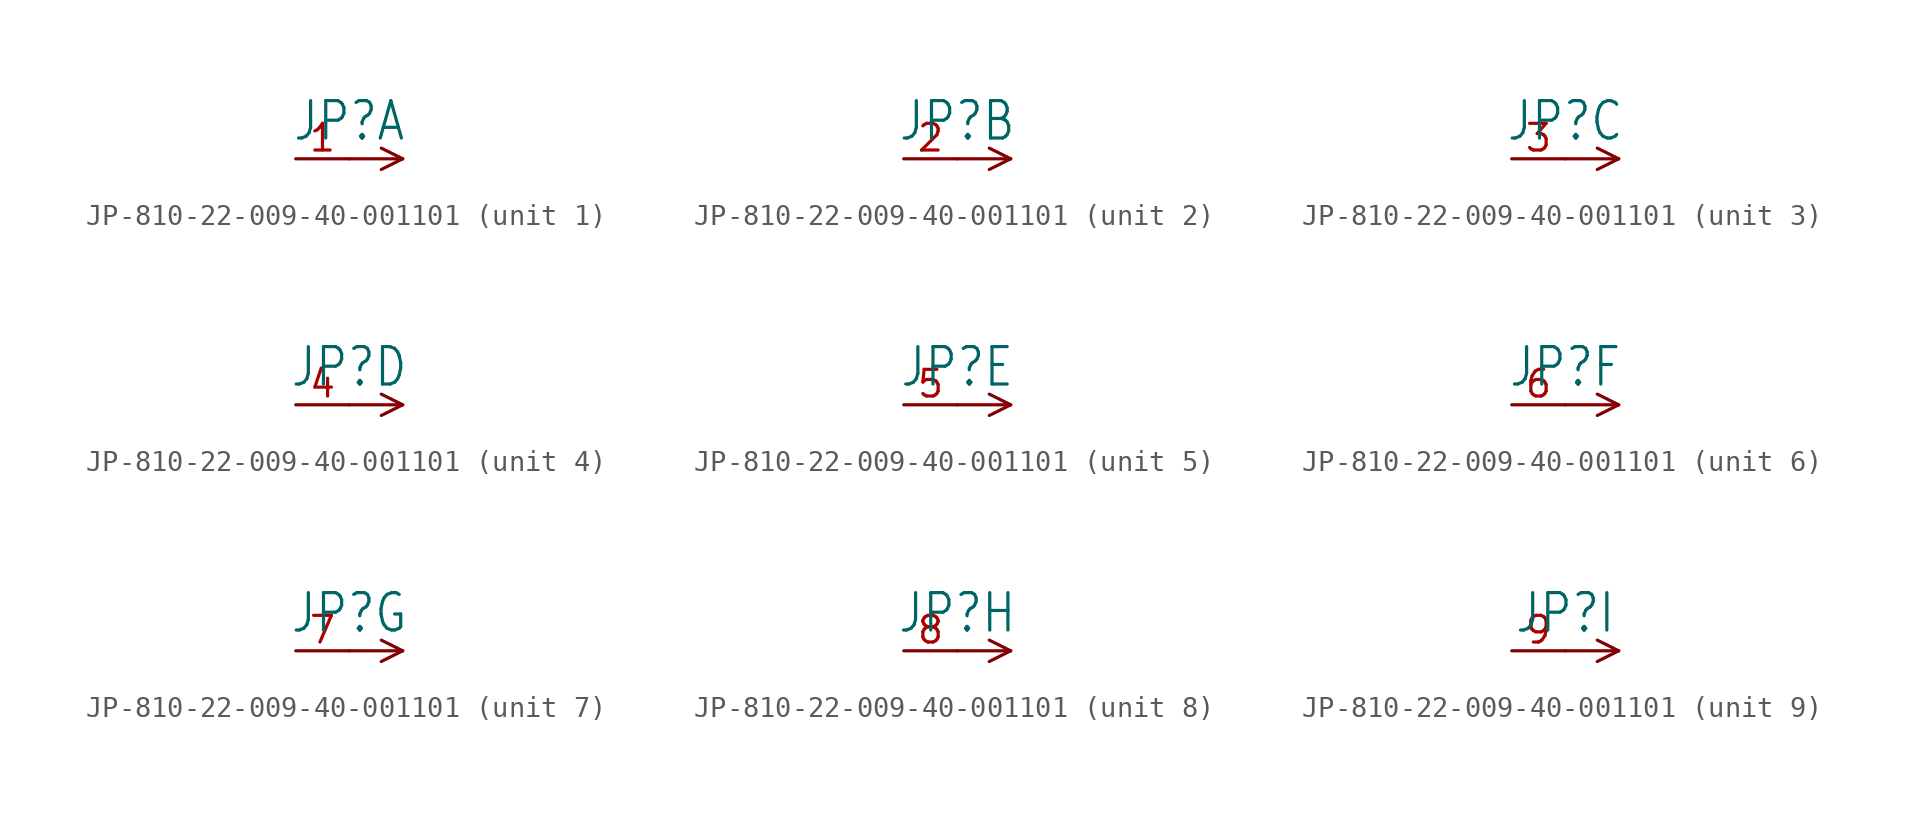
<source format=kicad_sym>
(kicad_symbol_lib
  (version 20231120)
  (generator "kicad_symbol_editor")
  (generator_version "8.0")
  (symbol "JP-810-22-009-40-001101"
    (property "Reference" "JP"
      (at 0 0.762 0)
      (effects (font (size 1.778 1.511)) (justify bottom)))
    (property "Value" ""
      (at 0 -0.762 0)
      (effects (font (size 1.778 1.511)) (justify top)))
    (property "ki_locked" ""
      (at 0 0 0)
      (effects (font (size 1.27 1.27))))
    (symbol "JP-810-22-009-40-001101_1_0"
      (polyline (pts (xy 0 0) (xy 2.54 0)) (stroke (width 0.152) (type solid)) (fill (type none)))
      (polyline (pts (xy 2.54 0) (xy 1.524 -0.508)) (stroke (width 0.152) (type solid)) (fill (type none)))
      (polyline (pts (xy 2.54 0) (xy 1.524 0.508)) (stroke (width 0.152) (type solid)) (fill (type none)))
      (pin passive line (at -2.54 0 0) (length 2.54) (name "1" (effects (font (size 0 0)))) (number "1" (effects (font (size 1.27 1.27))))))
    (symbol "JP-810-22-009-40-001101_2_0"
      (polyline (pts (xy 0 0) (xy 2.54 0)) (stroke (width 0.152) (type solid)) (fill (type none)))
      (polyline (pts (xy 2.54 0) (xy 1.524 -0.508)) (stroke (width 0.152) (type solid)) (fill (type none)))
      (polyline (pts (xy 2.54 0) (xy 1.524 0.508)) (stroke (width 0.152) (type solid)) (fill (type none)))
      (pin passive line (at -2.54 0 0) (length 2.54) (name "1" (effects (font (size 0 0)))) (number "2" (effects (font (size 1.27 1.27))))))
    (symbol "JP-810-22-009-40-001101_3_0"
      (polyline (pts (xy 0 0) (xy 2.54 0)) (stroke (width 0.152) (type solid)) (fill (type none)))
      (polyline (pts (xy 2.54 0) (xy 1.524 -0.508)) (stroke (width 0.152) (type solid)) (fill (type none)))
      (polyline (pts (xy 2.54 0) (xy 1.524 0.508)) (stroke (width 0.152) (type solid)) (fill (type none)))
      (pin passive line (at -2.54 0 0) (length 2.54) (name "1" (effects (font (size 0 0)))) (number "3" (effects (font (size 1.27 1.27))))))
    (symbol "JP-810-22-009-40-001101_4_0"
      (polyline (pts (xy 0 0) (xy 2.54 0)) (stroke (width 0.152) (type solid)) (fill (type none)))
      (polyline (pts (xy 2.54 0) (xy 1.524 -0.508)) (stroke (width 0.152) (type solid)) (fill (type none)))
      (polyline (pts (xy 2.54 0) (xy 1.524 0.508)) (stroke (width 0.152) (type solid)) (fill (type none)))
      (pin passive line (at -2.54 0 0) (length 2.54) (name "1" (effects (font (size 0 0)))) (number "4" (effects (font (size 1.27 1.27))))))
    (symbol "JP-810-22-009-40-001101_5_0"
      (polyline (pts (xy 0 0) (xy 2.54 0)) (stroke (width 0.152) (type solid)) (fill (type none)))
      (polyline (pts (xy 2.54 0) (xy 1.524 -0.508)) (stroke (width 0.152) (type solid)) (fill (type none)))
      (polyline (pts (xy 2.54 0) (xy 1.524 0.508)) (stroke (width 0.152) (type solid)) (fill (type none)))
      (pin passive line (at -2.54 0 0) (length 2.54) (name "1" (effects (font (size 0 0)))) (number "5" (effects (font (size 1.27 1.27))))))
    (symbol "JP-810-22-009-40-001101_6_0"
      (polyline (pts (xy 0 0) (xy 2.54 0)) (stroke (width 0.152) (type solid)) (fill (type none)))
      (polyline (pts (xy 2.54 0) (xy 1.524 -0.508)) (stroke (width 0.152) (type solid)) (fill (type none)))
      (polyline (pts (xy 2.54 0) (xy 1.524 0.508)) (stroke (width 0.152) (type solid)) (fill (type none)))
      (pin passive line (at -2.54 0 0) (length 2.54) (name "1" (effects (font (size 0 0)))) (number "6" (effects (font (size 1.27 1.27))))))
    (symbol "JP-810-22-009-40-001101_7_0"
      (polyline (pts (xy 0 0) (xy 2.54 0)) (stroke (width 0.152) (type solid)) (fill (type none)))
      (polyline (pts (xy 2.54 0) (xy 1.524 -0.508)) (stroke (width 0.152) (type solid)) (fill (type none)))
      (polyline (pts (xy 2.54 0) (xy 1.524 0.508)) (stroke (width 0.152) (type solid)) (fill (type none)))
      (pin passive line (at -2.54 0 0) (length 2.54) (name "1" (effects (font (size 0 0)))) (number "7" (effects (font (size 1.27 1.27))))))
    (symbol "JP-810-22-009-40-001101_8_0"
      (polyline (pts (xy 0 0) (xy 2.54 0)) (stroke (width 0.152) (type solid)) (fill (type none)))
      (polyline (pts (xy 2.54 0) (xy 1.524 -0.508)) (stroke (width 0.152) (type solid)) (fill (type none)))
      (polyline (pts (xy 2.54 0) (xy 1.524 0.508)) (stroke (width 0.152) (type solid)) (fill (type none)))
      (pin passive line (at -2.54 0 0) (length 2.54) (name "1" (effects (font (size 0 0)))) (number "8" (effects (font (size 1.27 1.27))))))
    (symbol "JP-810-22-009-40-001101_9_0"
      (polyline (pts (xy 0 0) (xy 2.54 0)) (stroke (width 0.152) (type solid)) (fill (type none)))
      (polyline (pts (xy 2.54 0) (xy 1.524 -0.508)) (stroke (width 0.152) (type solid)) (fill (type none)))
      (polyline (pts (xy 2.54 0) (xy 1.524 0.508)) (stroke (width 0.152) (type solid)) (fill (type none)))
      (pin passive line (at -2.54 0 0) (length 2.54) (name "1" (effects (font (size 0 0)))) (number "9" (effects (font (size 1.27 1.27))))))))
</source>
